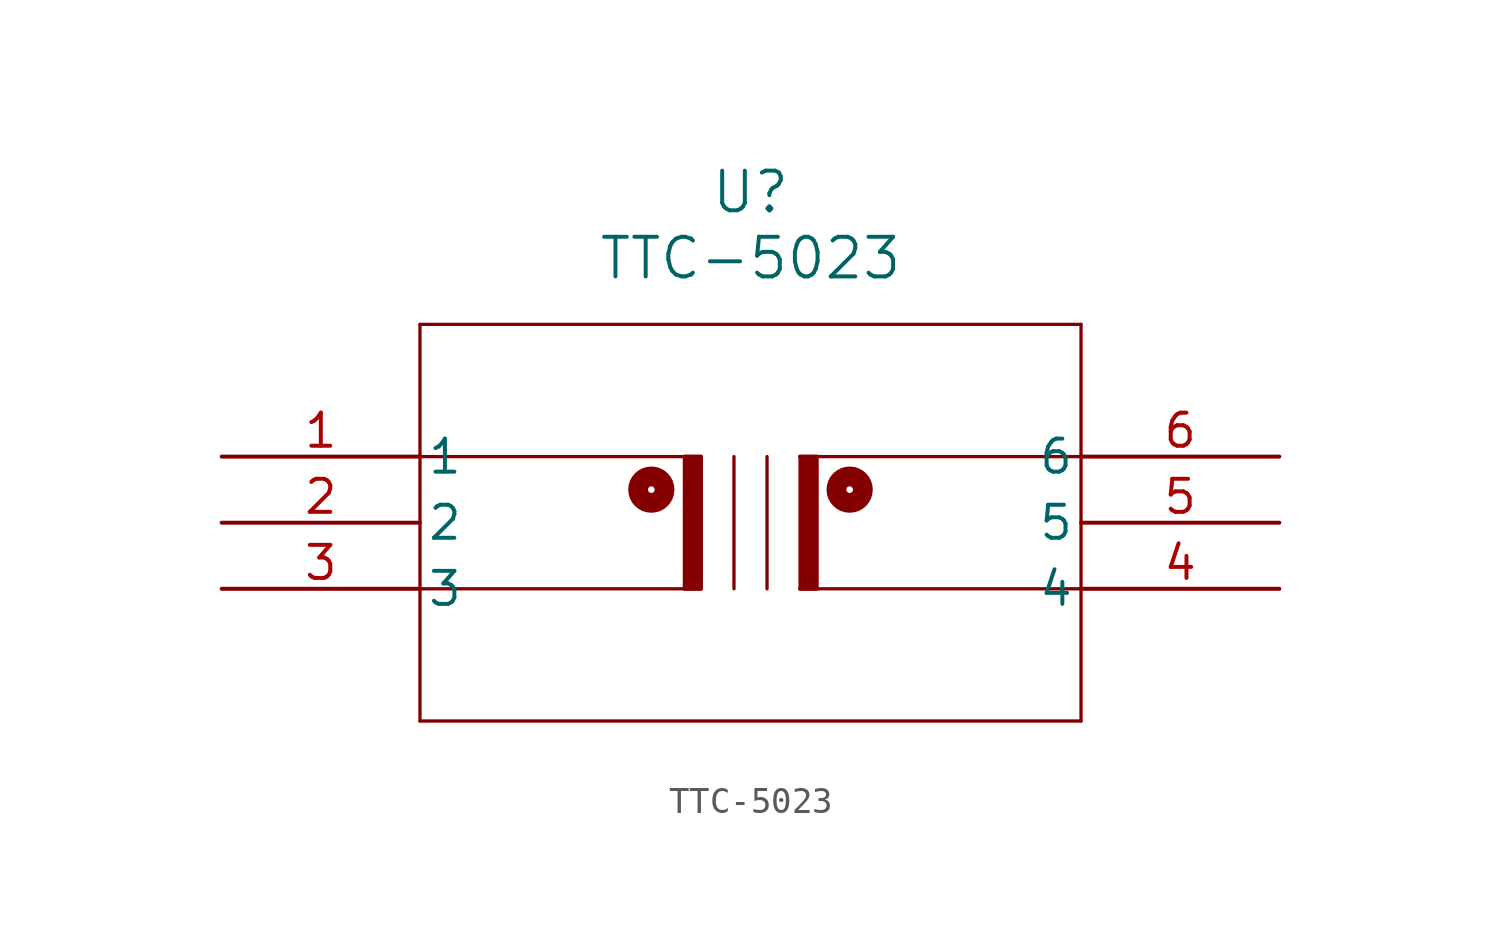
<source format=kicad_sym>
(kicad_symbol_lib
  (version 20211014)
  (generator kicad_symbol_editor)
  (symbol "TTC-5023"
    (pin_names
      (offset 0.254))
    (property "Reference" "U"
      (at 20.32 10.16 0)
      (effects (font (size 1.524 1.524))))
    (property "Value" "TTC-5023"
      (at 20.32 7.62 0)
      (effects (font (size 1.524 1.524))))
    (symbol "TTC-5023_0_1"
      (polyline (pts (xy 7.62 5.08) (xy 7.62 -10.16)) (stroke (width 0.127) (type default) (color 0 0 0 0)) (fill (type none)))
      (polyline (pts (xy 7.62 -10.16) (xy 33.02 -10.16)) (stroke (width 0.127) (type default) (color 0 0 0 0)) (fill (type none)))
      (polyline (pts (xy 33.02 -10.16) (xy 33.02 5.08)) (stroke (width 0.127) (type default) (color 0 0 0 0)) (fill (type none)))
      (polyline (pts (xy 33.02 5.08) (xy 7.62 5.08)) (stroke (width 0.127) (type default) (color 0 0 0 0)) (fill (type none)))
      (polyline (pts (xy 19.685 0) (xy 19.685 -5.08)) (stroke (width 0.127) (type default) (color 0 0 0 0)) (fill (type none)))
      (polyline (pts (xy 20.955 -5.08) (xy 20.955 0)) (stroke (width 0.127) (type default) (color 0 0 0 0)) (fill (type none)))
      (polyline (pts (xy 18.415 0) (xy 18.415 -5.08)) (stroke (width 0.127) (type default) (color 0 0 0 0)) (fill (type none)))
      (polyline (pts (xy 18.415 0) (xy 7.62 0)) (stroke (width 0.127) (type default) (color 0 0 0 0)) (fill (type none)))
      (polyline (pts (xy 7.62 -5.08) (xy 18.415 -5.08)) (stroke (width 0.127) (type default) (color 0 0 0 0)) (fill (type none)))
      (polyline (pts (xy 22.225 0) (xy 22.225 -5.08)) (stroke (width 0.127) (type default) (color 0 0 0 0)) (fill (type none)))
      (polyline (pts (xy 22.225 0) (xy 33.02 0)) (stroke (width 0.127) (type default) (color 0 0 0 0)) (fill (type none)))
      (polyline (pts (xy 33.02 -5.08) (xy 22.225 -5.08)) (stroke (width 0.127) (type default) (color 0 0 0 0)) (fill (type none)))
      (polyline (pts (xy 17.78 0) (xy 18.415 0) (xy 18.415 -5.08) (xy 17.78 -5.08)) (stroke (width 0) (type default) (color 0 0 0 0)) (fill (type outline)))
      (polyline (pts (xy 22.225 0) (xy 22.86 0) (xy 22.86 -5.08) (xy 22.225 -5.08)) (stroke (width 0) (type default) (color 0 0 0 0)) (fill (type outline)))
      (polyline (pts (xy 17.78 0) (xy 17.78 -5.08)) (stroke (width 0.127) (type default) (color 0 0 0 0)) (fill (type none)))
      (polyline (pts (xy 22.86 0) (xy 22.86 -5.08)) (stroke (width 0.127) (type default) (color 0 0 0 0)) (fill (type none)))
      (circle (center 16.51 -1.27) (radius 0.127) (stroke (width 0.762) (type default) (color 0 0 0 0)) (fill (type none)))
      (circle (center 24.13 -1.27) (radius 0.127) (stroke (width 0.762) (type default) (color 0 0 0 0)) (fill (type none)))
      (pin unspecified line (at 0 0 0) (length 7.62) (name "1" (effects (font (size 1.27 1.27)))) (number "1" (effects (font (size 1.27 1.27)))))
      (pin unspecified line (at 0 -2.54 0) (length 7.62) (name "2" (effects (font (size 1.27 1.27)))) (number "2" (effects (font (size 1.27 1.27)))))
      (pin unspecified line (at 0 -5.08 0) (length 7.62) (name "3" (effects (font (size 1.27 1.27)))) (number "3" (effects (font (size 1.27 1.27)))))
      (pin unspecified line (at 40.64 -5.08 180) (length 7.62) (name "4" (effects (font (size 1.27 1.27)))) (number "4" (effects (font (size 1.27 1.27)))))
      (pin unspecified line (at 40.64 -2.54 180) (length 7.62) (name "5" (effects (font (size 1.27 1.27)))) (number "5" (effects (font (size 1.27 1.27)))))
      (pin unspecified line (at 40.64 0 180) (length 7.62) (name "6" (effects (font (size 1.27 1.27)))) (number "6" (effects (font (size 1.27 1.27))))))))
</source>
